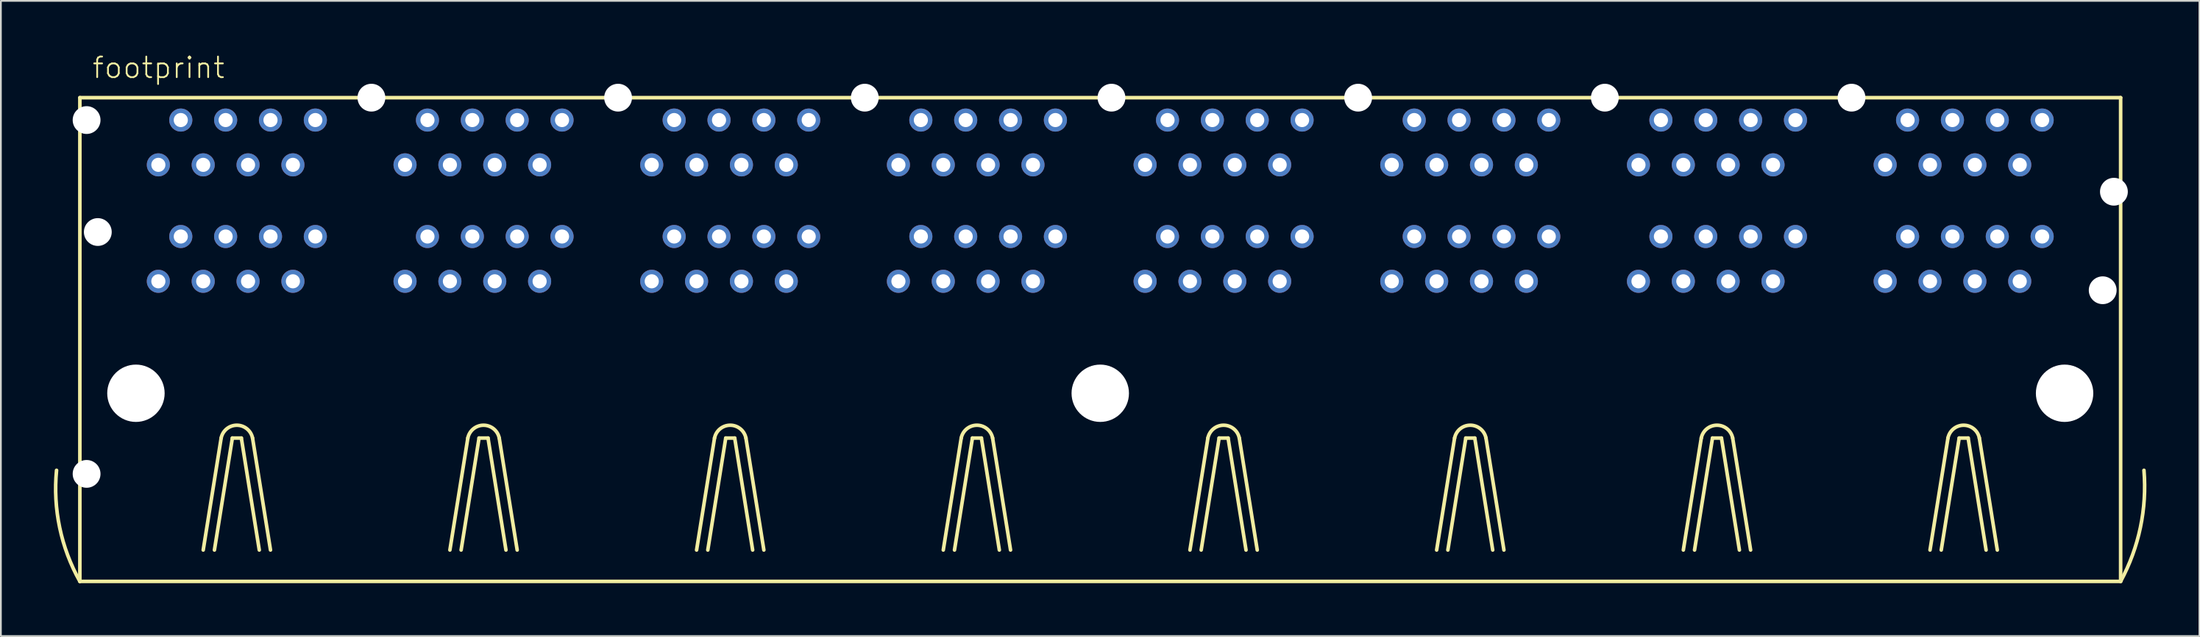
<source format=kicad_pcb>
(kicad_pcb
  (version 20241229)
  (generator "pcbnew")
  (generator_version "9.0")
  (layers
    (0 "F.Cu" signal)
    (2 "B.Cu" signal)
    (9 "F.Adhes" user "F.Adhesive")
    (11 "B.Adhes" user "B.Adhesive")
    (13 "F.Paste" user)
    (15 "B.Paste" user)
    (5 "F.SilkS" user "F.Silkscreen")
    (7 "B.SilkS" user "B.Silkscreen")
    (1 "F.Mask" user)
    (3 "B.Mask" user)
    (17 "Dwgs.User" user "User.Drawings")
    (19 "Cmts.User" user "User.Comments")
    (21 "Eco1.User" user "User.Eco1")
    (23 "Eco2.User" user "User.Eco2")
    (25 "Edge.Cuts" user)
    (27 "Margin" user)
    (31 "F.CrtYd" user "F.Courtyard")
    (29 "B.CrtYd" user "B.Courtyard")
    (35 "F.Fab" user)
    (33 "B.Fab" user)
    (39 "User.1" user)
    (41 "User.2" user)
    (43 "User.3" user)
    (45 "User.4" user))
  (footprint "footprint"
    (layer "F.Cu")
    (at 59.258 19.253)
    (property "Reference" "footprint" (at -57.15 -17.78 0) (layer "F.SilkS") (effects (font (size 1.168 1.168) (thickness 0.102)) (justify left bottom)))
    (fp_line (start -57.785 -16.764) (end -57.785 10.668) (stroke (width 0.203) (type solid)) (layer "F.SilkS"))
    (fp_line (start -57.785 10.668) (end 57.785 10.668) (stroke (width 0.203) (type solid)) (layer "F.SilkS"))
    (fp_line (start -50.8 8.89) (end -49.784 2.54) (stroke (width 0.203) (type solid)) (layer "F.SilkS"))
    (fp_line (start -50.165 8.89) (end -49.149 2.54) (stroke (width 0.203) (type solid)) (layer "F.SilkS"))
    (fp_line (start -49.149 2.54) (end -48.641 2.54) (stroke (width 0.203) (type solid)) (layer "F.SilkS"))
    (fp_line (start -48.641 2.54) (end -47.625 8.89) (stroke (width 0.203) (type solid)) (layer "F.SilkS"))
    (fp_line (start -48.006 2.54) (end -46.99 8.89) (stroke (width 0.203) (type solid)) (layer "F.SilkS"))
    (fp_line (start -36.83 8.89) (end -35.814 2.54) (stroke (width 0.203) (type solid)) (layer "F.SilkS"))
    (fp_line (start -36.195 8.89) (end -35.179 2.54) (stroke (width 0.203) (type solid)) (layer "F.SilkS"))
    (fp_line (start -35.179 2.54) (end -34.671 2.54) (stroke (width 0.203) (type solid)) (layer "F.SilkS"))
    (fp_line (start -34.671 2.54) (end -33.655 8.89) (stroke (width 0.203) (type solid)) (layer "F.SilkS"))
    (fp_line (start -34.036 2.54) (end -33.02 8.89) (stroke (width 0.203) (type solid)) (layer "F.SilkS"))
    (fp_line (start -22.86 8.89) (end -21.844 2.54) (stroke (width 0.203) (type solid)) (layer "F.SilkS"))
    (fp_line (start -22.225 8.89) (end -21.209 2.54) (stroke (width 0.203) (type solid)) (layer "F.SilkS"))
    (fp_line (start -21.209 2.54) (end -20.701 2.54) (stroke (width 0.203) (type solid)) (layer "F.SilkS"))
    (fp_line (start -20.701 2.54) (end -19.685 8.89) (stroke (width 0.203) (type solid)) (layer "F.SilkS"))
    (fp_line (start -20.066 2.54) (end -19.05 8.89) (stroke (width 0.203) (type solid)) (layer "F.SilkS"))
    (fp_line (start -8.89 8.89) (end -7.874 2.54) (stroke (width 0.203) (type solid)) (layer "F.SilkS"))
    (fp_line (start -8.255 8.89) (end -7.239 2.54) (stroke (width 0.203) (type solid)) (layer "F.SilkS"))
    (fp_line (start -7.239 2.54) (end -6.731 2.54) (stroke (width 0.203) (type solid)) (layer "F.SilkS"))
    (fp_line (start -6.731 2.54) (end -5.715 8.89) (stroke (width 0.203) (type solid)) (layer "F.SilkS"))
    (fp_line (start -6.096 2.54) (end -5.08 8.89) (stroke (width 0.203) (type solid)) (layer "F.SilkS"))
    (fp_line (start 5.08 8.89) (end 6.096 2.54) (stroke (width 0.203) (type solid)) (layer "F.SilkS"))
    (fp_line (start 5.715 8.89) (end 6.731 2.54) (stroke (width 0.203) (type solid)) (layer "F.SilkS"))
    (fp_line (start 6.731 2.54) (end 7.239 2.54) (stroke (width 0.203) (type solid)) (layer "F.SilkS"))
    (fp_line (start 7.239 2.54) (end 8.255 8.89) (stroke (width 0.203) (type solid)) (layer "F.SilkS"))
    (fp_line (start 7.874 2.54) (end 8.89 8.89) (stroke (width 0.203) (type solid)) (layer "F.SilkS"))
    (fp_line (start 19.05 8.89) (end 20.066 2.54) (stroke (width 0.203) (type solid)) (layer "F.SilkS"))
    (fp_line (start 19.685 8.89) (end 20.701 2.54) (stroke (width 0.203) (type solid)) (layer "F.SilkS"))
    (fp_line (start 20.701 2.54) (end 21.209 2.54) (stroke (width 0.203) (type solid)) (layer "F.SilkS"))
    (fp_line (start 21.209 2.54) (end 22.225 8.89) (stroke (width 0.203) (type solid)) (layer "F.SilkS"))
    (fp_line (start 21.844 2.54) (end 22.86 8.89) (stroke (width 0.203) (type solid)) (layer "F.SilkS"))
    (fp_line (start 33.02 8.89) (end 34.036 2.54) (stroke (width 0.203) (type solid)) (layer "F.SilkS"))
    (fp_line (start 33.655 8.89) (end 34.671 2.54) (stroke (width 0.203) (type solid)) (layer "F.SilkS"))
    (fp_line (start 34.671 2.54) (end 35.179 2.54) (stroke (width 0.203) (type solid)) (layer "F.SilkS"))
    (fp_line (start 35.179 2.54) (end 36.195 8.89) (stroke (width 0.203) (type solid)) (layer "F.SilkS"))
    (fp_line (start 35.814 2.54) (end 36.83 8.89) (stroke (width 0.203) (type solid)) (layer "F.SilkS"))
    (fp_line (start 46.99 8.89) (end 48.006 2.54) (stroke (width 0.203) (type solid)) (layer "F.SilkS"))
    (fp_line (start 47.625 8.89) (end 48.641 2.54) (stroke (width 0.203) (type solid)) (layer "F.SilkS"))
    (fp_line (start 48.641 2.54) (end 49.149 2.54) (stroke (width 0.203) (type solid)) (layer "F.SilkS"))
    (fp_line (start 49.149 2.54) (end 50.165 8.89) (stroke (width 0.203) (type solid)) (layer "F.SilkS"))
    (fp_line (start 49.784 2.54) (end 50.8 8.89) (stroke (width 0.203) (type solid)) (layer "F.SilkS"))
    (fp_line (start 57.785 -16.764) (end -57.785 -16.764) (stroke (width 0.203) (type solid)) (layer "F.SilkS"))
    (fp_line (start 57.785 10.668) (end 57.785 -16.764) (stroke (width 0.203) (type solid)) (layer "F.SilkS"))
    (fp_arc (start -57.784999 10.668) (mid -58.928084 7.619608) (end -59.1058 4.3688) (stroke (width 0.2032) (type solid)) (layer "F.SilkS"))
    (fp_arc (start -49.784 2.54) (mid -48.895 1.812319) (end -48.006 2.54) (stroke (width 0.2032) (type solid)) (layer "F.SilkS"))
    (fp_arc (start -35.814 2.54) (mid -34.925 1.812319) (end -34.036 2.54) (stroke (width 0.2032) (type solid)) (layer "F.SilkS"))
    (fp_arc (start -21.844 2.54) (mid -20.955 1.812319) (end -20.066 2.54) (stroke (width 0.2032) (type solid)) (layer "F.SilkS"))
    (fp_arc (start -7.874 2.54) (mid -6.985 1.812319) (end -6.096 2.54) (stroke (width 0.2032) (type solid)) (layer "F.SilkS"))
    (fp_arc (start 6.096 2.54) (mid 6.985 1.812319) (end 7.874 2.54) (stroke (width 0.2032) (type solid)) (layer "F.SilkS"))
    (fp_arc (start 20.066 2.54) (mid 20.955 1.812319) (end 21.844 2.54) (stroke (width 0.2032) (type solid)) (layer "F.SilkS"))
    (fp_arc (start 34.036 2.54) (mid 34.925 1.812319) (end 35.814 2.54) (stroke (width 0.2032) (type solid)) (layer "F.SilkS"))
    (fp_arc (start 48.006 2.54) (mid 48.895 1.812319) (end 49.784 2.54) (stroke (width 0.2032) (type solid)) (layer "F.SilkS"))
    (fp_arc (start 59.1058 4.3688) (mid 58.903237 7.614398) (end 57.785 10.668) (stroke (width 0.2032) (type solid)) (layer "F.SilkS"))
    (pad "" np_thru_hole circle (at -57.404 -15.494) (size 1.575 1.575) (drill 1.575) (layers "*.Cu" "*.Mask"))
    (pad "" np_thru_hole circle (at -57.404 4.572) (size 1.575 1.575) (drill 1.575) (layers "*.Cu" "*.Mask"))
    (pad "" np_thru_hole circle (at -56.769 -9.144) (size 1.575 1.575) (drill 1.575) (layers "*.Cu" "*.Mask"))
    (pad "" np_thru_hole circle (at -54.61 0) (size 3.251 3.251) (drill 3.251) (layers "*.Cu" "*.Mask"))
    (pad "" np_thru_hole circle (at -41.275 -16.764) (size 1.575 1.575) (drill 1.575) (layers "*.Cu" "*.Mask"))
    (pad "" np_thru_hole circle (at -27.305 -16.764) (size 1.575 1.575) (drill 1.575) (layers "*.Cu" "*.Mask"))
    (pad "" np_thru_hole circle (at -13.335 -16.764) (size 1.575 1.575) (drill 1.575) (layers "*.Cu" "*.Mask"))
    (pad "" np_thru_hole circle (at 0 0) (size 3.251 3.251) (drill 3.251) (layers "*.Cu" "*.Mask"))
    (pad "" np_thru_hole circle (at 0.635 -16.764) (size 1.575 1.575) (drill 1.575) (layers "*.Cu" "*.Mask"))
    (pad "" np_thru_hole circle (at 14.605 -16.764) (size 1.575 1.575) (drill 1.575) (layers "*.Cu" "*.Mask"))
    (pad "" np_thru_hole circle (at 28.575 -16.764) (size 1.575 1.575) (drill 1.575) (layers "*.Cu" "*.Mask"))
    (pad "" np_thru_hole circle (at 42.545 -16.764) (size 1.575 1.575) (drill 1.575) (layers "*.Cu" "*.Mask"))
    (pad "" np_thru_hole circle (at 54.61 0) (size 3.251 3.251) (drill 3.251) (layers "*.Cu" "*.Mask"))
    (pad "" np_thru_hole circle (at 56.769 -5.842) (size 1.575 1.575) (drill 1.575) (layers "*.Cu" "*.Mask"))
    (pad "" np_thru_hole circle (at 57.404 -11.43) (size 1.575 1.575) (drill 1.575) (layers "*.Cu" "*.Mask"))
    (pad "A1-1" thru_hole circle (at -53.34 -6.35) (size 1.308 1.308) (drill 0.8) (layers "*.Cu" "*.Mask"))
    (pad "A1-2" thru_hole circle (at -52.07 -8.89) (size 1.308 1.308) (drill 0.8) (layers "*.Cu" "*.Mask"))
    (pad "A1-3" thru_hole circle (at -50.8 -6.35) (size 1.308 1.308) (drill 0.8) (layers "*.Cu" "*.Mask"))
    (pad "A1-4" thru_hole circle (at -49.53 -8.89) (size 1.308 1.308) (drill 0.8) (layers "*.Cu" "*.Mask"))
    (pad "A1-5" thru_hole circle (at -48.26 -6.35) (size 1.308 1.308) (drill 0.8) (layers "*.Cu" "*.Mask"))
    (pad "A1-6" thru_hole circle (at -46.99 -8.89) (size 1.308 1.308) (drill 0.8) (layers "*.Cu" "*.Mask"))
    (pad "A1-7" thru_hole circle (at -45.72 -6.35) (size 1.308 1.308) (drill 0.8) (layers "*.Cu" "*.Mask"))
    (pad "A1-8" thru_hole circle (at -44.45 -8.89) (size 1.308 1.308) (drill 0.8) (layers "*.Cu" "*.Mask"))
    (pad "A2-1" thru_hole circle (at -44.45 -15.494) (size 1.308 1.308) (drill 0.8) (layers "*.Cu" "*.Mask"))
    (pad "A2-2" thru_hole circle (at -45.72 -12.954) (size 1.308 1.308) (drill 0.8) (layers "*.Cu" "*.Mask"))
    (pad "A2-3" thru_hole circle (at -46.99 -15.494) (size 1.308 1.308) (drill 0.8) (layers "*.Cu" "*.Mask"))
    (pad "A2-4" thru_hole circle (at -48.26 -12.954) (size 1.308 1.308) (drill 0.8) (layers "*.Cu" "*.Mask"))
    (pad "A2-5" thru_hole circle (at -49.53 -15.494) (size 1.308 1.308) (drill 0.8) (layers "*.Cu" "*.Mask"))
    (pad "A2-6" thru_hole circle (at -50.8 -12.954) (size 1.308 1.308) (drill 0.8) (layers "*.Cu" "*.Mask"))
    (pad "A2-7" thru_hole circle (at -52.07 -15.494) (size 1.308 1.308) (drill 0.8) (layers "*.Cu" "*.Mask"))
    (pad "A2-8" thru_hole circle (at -53.34 -12.954) (size 1.308 1.308) (drill 0.8) (layers "*.Cu" "*.Mask"))
    (pad "B1-1" thru_hole circle (at -39.37 -6.35) (size 1.308 1.308) (drill 0.8) (layers "*.Cu" "*.Mask"))
    (pad "B1-2" thru_hole circle (at -38.1 -8.89) (size 1.308 1.308) (drill 0.8) (layers "*.Cu" "*.Mask"))
    (pad "B1-3" thru_hole circle (at -36.83 -6.35) (size 1.308 1.308) (drill 0.8) (layers "*.Cu" "*.Mask"))
    (pad "B1-4" thru_hole circle (at -35.56 -8.89) (size 1.308 1.308) (drill 0.8) (layers "*.Cu" "*.Mask"))
    (pad "B1-5" thru_hole circle (at -34.29 -6.35) (size 1.308 1.308) (drill 0.8) (layers "*.Cu" "*.Mask"))
    (pad "B1-6" thru_hole circle (at -33.02 -8.89) (size 1.308 1.308) (drill 0.8) (layers "*.Cu" "*.Mask"))
    (pad "B1-7" thru_hole circle (at -31.75 -6.35) (size 1.308 1.308) (drill 0.8) (layers "*.Cu" "*.Mask"))
    (pad "B1-8" thru_hole circle (at -30.48 -8.89) (size 1.308 1.308) (drill 0.8) (layers "*.Cu" "*.Mask"))
    (pad "B2-1" thru_hole circle (at -30.48 -15.494) (size 1.308 1.308) (drill 0.8) (layers "*.Cu" "*.Mask"))
    (pad "B2-2" thru_hole circle (at -31.75 -12.954) (size 1.308 1.308) (drill 0.8) (layers "*.Cu" "*.Mask"))
    (pad "B2-3" thru_hole circle (at -33.02 -15.494) (size 1.308 1.308) (drill 0.8) (layers "*.Cu" "*.Mask"))
    (pad "B2-4" thru_hole circle (at -34.29 -12.954) (size 1.308 1.308) (drill 0.8) (layers "*.Cu" "*.Mask"))
    (pad "B2-5" thru_hole circle (at -35.56 -15.494) (size 1.308 1.308) (drill 0.8) (layers "*.Cu" "*.Mask"))
    (pad "B2-6" thru_hole circle (at -36.83 -12.954) (size 1.308 1.308) (drill 0.8) (layers "*.Cu" "*.Mask"))
    (pad "B2-7" thru_hole circle (at -38.1 -15.494) (size 1.308 1.308) (drill 0.8) (layers "*.Cu" "*.Mask"))
    (pad "B2-8" thru_hole circle (at -39.37 -12.954) (size 1.308 1.308) (drill 0.8) (layers "*.Cu" "*.Mask"))
    (pad "C1-1" thru_hole circle (at -25.4 -6.35) (size 1.308 1.308) (drill 0.8) (layers "*.Cu" "*.Mask"))
    (pad "C1-2" thru_hole circle (at -24.13 -8.89) (size 1.308 1.308) (drill 0.8) (layers "*.Cu" "*.Mask"))
    (pad "C1-3" thru_hole circle (at -22.86 -6.35) (size 1.308 1.308) (drill 0.8) (layers "*.Cu" "*.Mask"))
    (pad "C1-4" thru_hole circle (at -21.59 -8.89) (size 1.308 1.308) (drill 0.8) (layers "*.Cu" "*.Mask"))
    (pad "C1-5" thru_hole circle (at -20.32 -6.35) (size 1.308 1.308) (drill 0.8) (layers "*.Cu" "*.Mask"))
    (pad "C1-6" thru_hole circle (at -19.05 -8.89) (size 1.308 1.308) (drill 0.8) (layers "*.Cu" "*.Mask"))
    (pad "C1-7" thru_hole circle (at -17.78 -6.35) (size 1.308 1.308) (drill 0.8) (layers "*.Cu" "*.Mask"))
    (pad "C1-8" thru_hole circle (at -16.51 -8.89) (size 1.308 1.308) (drill 0.8) (layers "*.Cu" "*.Mask"))
    (pad "C2-1" thru_hole circle (at -16.51 -15.494) (size 1.308 1.308) (drill 0.8) (layers "*.Cu" "*.Mask"))
    (pad "C2-2" thru_hole circle (at -17.78 -12.954) (size 1.308 1.308) (drill 0.8) (layers "*.Cu" "*.Mask"))
    (pad "C2-3" thru_hole circle (at -19.05 -15.494) (size 1.308 1.308) (drill 0.8) (layers "*.Cu" "*.Mask"))
    (pad "C2-4" thru_hole circle (at -20.32 -12.954) (size 1.308 1.308) (drill 0.8) (layers "*.Cu" "*.Mask"))
    (pad "C2-5" thru_hole circle (at -21.59 -15.494) (size 1.308 1.308) (drill 0.8) (layers "*.Cu" "*.Mask"))
    (pad "C2-6" thru_hole circle (at -22.86 -12.954) (size 1.308 1.308) (drill 0.8) (layers "*.Cu" "*.Mask"))
    (pad "C2-7" thru_hole circle (at -24.13 -15.494) (size 1.308 1.308) (drill 0.8) (layers "*.Cu" "*.Mask"))
    (pad "C2-8" thru_hole circle (at -25.4 -12.954) (size 1.308 1.308) (drill 0.8) (layers "*.Cu" "*.Mask"))
    (pad "D1-1" thru_hole circle (at -11.43 -6.35) (size 1.308 1.308) (drill 0.8) (layers "*.Cu" "*.Mask"))
    (pad "D1-2" thru_hole circle (at -10.16 -8.89) (size 1.308 1.308) (drill 0.8) (layers "*.Cu" "*.Mask"))
    (pad "D1-3" thru_hole circle (at -8.89 -6.35) (size 1.308 1.308) (drill 0.8) (layers "*.Cu" "*.Mask"))
    (pad "D1-4" thru_hole circle (at -7.62 -8.89) (size 1.308 1.308) (drill 0.8) (layers "*.Cu" "*.Mask"))
    (pad "D1-5" thru_hole circle (at -6.35 -6.35) (size 1.308 1.308) (drill 0.8) (layers "*.Cu" "*.Mask"))
    (pad "D1-6" thru_hole circle (at -5.08 -8.89) (size 1.308 1.308) (drill 0.8) (layers "*.Cu" "*.Mask"))
    (pad "D1-7" thru_hole circle (at -3.81 -6.35) (size 1.308 1.308) (drill 0.8) (layers "*.Cu" "*.Mask"))
    (pad "D1-8" thru_hole circle (at -2.54 -8.89) (size 1.308 1.308) (drill 0.8) (layers "*.Cu" "*.Mask"))
    (pad "D2-1" thru_hole circle (at -2.54 -15.494) (size 1.308 1.308) (drill 0.8) (layers "*.Cu" "*.Mask"))
    (pad "D2-2" thru_hole circle (at -3.81 -12.954) (size 1.308 1.308) (drill 0.8) (layers "*.Cu" "*.Mask"))
    (pad "D2-3" thru_hole circle (at -5.08 -15.494) (size 1.308 1.308) (drill 0.8) (layers "*.Cu" "*.Mask"))
    (pad "D2-4" thru_hole circle (at -6.35 -12.954) (size 1.308 1.308) (drill 0.8) (layers "*.Cu" "*.Mask"))
    (pad "D2-5" thru_hole circle (at -7.62 -15.494) (size 1.308 1.308) (drill 0.8) (layers "*.Cu" "*.Mask"))
    (pad "D2-6" thru_hole circle (at -8.89 -12.954) (size 1.308 1.308) (drill 0.8) (layers "*.Cu" "*.Mask"))
    (pad "D2-7" thru_hole circle (at -10.16 -15.494) (size 1.308 1.308) (drill 0.8) (layers "*.Cu" "*.Mask"))
    (pad "D2-8" thru_hole circle (at -11.43 -12.954) (size 1.308 1.308) (drill 0.8) (layers "*.Cu" "*.Mask"))
    (pad "E1-1" thru_hole circle (at 2.54 -6.35) (size 1.308 1.308) (drill 0.8) (layers "*.Cu" "*.Mask"))
    (pad "E1-2" thru_hole circle (at 3.81 -8.89) (size 1.308 1.308) (drill 0.8) (layers "*.Cu" "*.Mask"))
    (pad "E1-3" thru_hole circle (at 5.08 -6.35) (size 1.308 1.308) (drill 0.8) (layers "*.Cu" "*.Mask"))
    (pad "E1-4" thru_hole circle (at 6.35 -8.89) (size 1.308 1.308) (drill 0.8) (layers "*.Cu" "*.Mask"))
    (pad "E1-5" thru_hole circle (at 7.62 -6.35) (size 1.308 1.308) (drill 0.8) (layers "*.Cu" "*.Mask"))
    (pad "E1-6" thru_hole circle (at 8.89 -8.89) (size 1.308 1.308) (drill 0.8) (layers "*.Cu" "*.Mask"))
    (pad "E1-7" thru_hole circle (at 10.16 -6.35) (size 1.308 1.308) (drill 0.8) (layers "*.Cu" "*.Mask"))
    (pad "E1-8" thru_hole circle (at 11.43 -8.89) (size 1.308 1.308) (drill 0.8) (layers "*.Cu" "*.Mask"))
    (pad "E2-1" thru_hole circle (at 11.43 -15.494) (size 1.308 1.308) (drill 0.8) (layers "*.Cu" "*.Mask"))
    (pad "E2-2" thru_hole circle (at 10.16 -12.954) (size 1.308 1.308) (drill 0.8) (layers "*.Cu" "*.Mask"))
    (pad "E2-3" thru_hole circle (at 8.89 -15.494) (size 1.308 1.308) (drill 0.8) (layers "*.Cu" "*.Mask"))
    (pad "E2-4" thru_hole circle (at 7.62 -12.954) (size 1.308 1.308) (drill 0.8) (layers "*.Cu" "*.Mask"))
    (pad "E2-5" thru_hole circle (at 6.35 -15.494) (size 1.308 1.308) (drill 0.8) (layers "*.Cu" "*.Mask"))
    (pad "E2-6" thru_hole circle (at 5.08 -12.954) (size 1.308 1.308) (drill 0.8) (layers "*.Cu" "*.Mask"))
    (pad "E2-7" thru_hole circle (at 3.81 -15.494) (size 1.308 1.308) (drill 0.8) (layers "*.Cu" "*.Mask"))
    (pad "E2-8" thru_hole circle (at 2.54 -12.954) (size 1.308 1.308) (drill 0.8) (layers "*.Cu" "*.Mask"))
    (pad "F1-1" thru_hole circle (at 16.51 -6.35) (size 1.308 1.308) (drill 0.8) (layers "*.Cu" "*.Mask"))
    (pad "F1-2" thru_hole circle (at 17.78 -8.89) (size 1.308 1.308) (drill 0.8) (layers "*.Cu" "*.Mask"))
    (pad "F1-3" thru_hole circle (at 19.05 -6.35) (size 1.308 1.308) (drill 0.8) (layers "*.Cu" "*.Mask"))
    (pad "F1-4" thru_hole circle (at 20.32 -8.89) (size 1.308 1.308) (drill 0.8) (layers "*.Cu" "*.Mask"))
    (pad "F1-5" thru_hole circle (at 21.59 -6.35) (size 1.308 1.308) (drill 0.8) (layers "*.Cu" "*.Mask"))
    (pad "F1-6" thru_hole circle (at 22.86 -8.89) (size 1.308 1.308) (drill 0.8) (layers "*.Cu" "*.Mask"))
    (pad "F1-7" thru_hole circle (at 24.13 -6.35) (size 1.308 1.308) (drill 0.8) (layers "*.Cu" "*.Mask"))
    (pad "F1-8" thru_hole circle (at 25.4 -8.89) (size 1.308 1.308) (drill 0.8) (layers "*.Cu" "*.Mask"))
    (pad "F2-1" thru_hole circle (at 24.13 -12.954) (size 1.308 1.308) (drill 0.8) (layers "*.Cu" "*.Mask"))
    (pad "F2-2" thru_hole circle (at 25.4 -15.494) (size 1.308 1.308) (drill 0.8) (layers "*.Cu" "*.Mask"))
    (pad "F2-3" thru_hole circle (at 22.86 -15.494) (size 1.308 1.308) (drill 0.8) (layers "*.Cu" "*.Mask"))
    (pad "F2-4" thru_hole circle (at 21.59 -12.954) (size 1.308 1.308) (drill 0.8) (layers "*.Cu" "*.Mask"))
    (pad "F2-5" thru_hole circle (at 20.32 -15.494) (size 1.308 1.308) (drill 0.8) (layers "*.Cu" "*.Mask"))
    (pad "F2-6" thru_hole circle (at 19.05 -12.954) (size 1.308 1.308) (drill 0.8) (layers "*.Cu" "*.Mask"))
    (pad "F2-7" thru_hole circle (at 17.78 -15.494) (size 1.308 1.308) (drill 0.8) (layers "*.Cu" "*.Mask"))
    (pad "F2-8" thru_hole circle (at 16.51 -12.954) (size 1.308 1.308) (drill 0.8) (layers "*.Cu" "*.Mask"))
    (pad "G1-1" thru_hole circle (at 30.48 -6.35) (size 1.308 1.308) (drill 0.8) (layers "*.Cu" "*.Mask"))
    (pad "G1-2" thru_hole circle (at 31.75 -8.89) (size 1.308 1.308) (drill 0.8) (layers "*.Cu" "*.Mask"))
    (pad "G1-3" thru_hole circle (at 33.02 -6.35) (size 1.308 1.308) (drill 0.8) (layers "*.Cu" "*.Mask"))
    (pad "G1-4" thru_hole circle (at 34.29 -8.89) (size 1.308 1.308) (drill 0.8) (layers "*.Cu" "*.Mask"))
    (pad "G1-5" thru_hole circle (at 35.56 -6.35) (size 1.308 1.308) (drill 0.8) (layers "*.Cu" "*.Mask"))
    (pad "G1-6" thru_hole circle (at 36.83 -8.89) (size 1.308 1.308) (drill 0.8) (layers "*.Cu" "*.Mask"))
    (pad "G1-7" thru_hole circle (at 38.1 -6.35) (size 1.308 1.308) (drill 0.8) (layers "*.Cu" "*.Mask"))
    (pad "G1-8" thru_hole circle (at 39.37 -8.89) (size 1.308 1.308) (drill 0.8) (layers "*.Cu" "*.Mask"))
    (pad "G2-1" thru_hole circle (at 39.37 -15.494) (size 1.308 1.308) (drill 0.8) (layers "*.Cu" "*.Mask"))
    (pad "G2-2" thru_hole circle (at 38.1 -12.954) (size 1.308 1.308) (drill 0.8) (layers "*.Cu" "*.Mask"))
    (pad "G2-3" thru_hole circle (at 36.83 -15.494) (size 1.308 1.308) (drill 0.8) (layers "*.Cu" "*.Mask"))
    (pad "G2-4" thru_hole circle (at 35.56 -12.954) (size 1.308 1.308) (drill 0.8) (layers "*.Cu" "*.Mask"))
    (pad "G2-5" thru_hole circle (at 34.29 -15.494) (size 1.308 1.308) (drill 0.8) (layers "*.Cu" "*.Mask"))
    (pad "G2-6" thru_hole circle (at 33.02 -12.954) (size 1.308 1.308) (drill 0.8) (layers "*.Cu" "*.Mask"))
    (pad "G2-7" thru_hole circle (at 31.75 -15.494) (size 1.308 1.308) (drill 0.8) (layers "*.Cu" "*.Mask"))
    (pad "G2-8" thru_hole circle (at 30.48 -12.954) (size 1.308 1.308) (drill 0.8) (layers "*.Cu" "*.Mask"))
    (pad "H1-1" thru_hole circle (at 44.45 -6.35) (size 1.308 1.308) (drill 0.8) (layers "*.Cu" "*.Mask"))
    (pad "H1-2" thru_hole circle (at 45.72 -8.89) (size 1.308 1.308) (drill 0.8) (layers "*.Cu" "*.Mask"))
    (pad "H1-3" thru_hole circle (at 46.99 -6.35) (size 1.308 1.308) (drill 0.8) (layers "*.Cu" "*.Mask"))
    (pad "H1-4" thru_hole circle (at 48.26 -8.89) (size 1.308 1.308) (drill 0.8) (layers "*.Cu" "*.Mask"))
    (pad "H1-5" thru_hole circle (at 49.53 -6.35) (size 1.308 1.308) (drill 0.8) (layers "*.Cu" "*.Mask"))
    (pad "H1-6" thru_hole circle (at 50.8 -8.89) (size 1.308 1.308) (drill 0.8) (layers "*.Cu" "*.Mask"))
    (pad "H1-7" thru_hole circle (at 52.07 -6.35) (size 1.308 1.308) (drill 0.8) (layers "*.Cu" "*.Mask"))
    (pad "H1-8" thru_hole circle (at 53.34 -8.89) (size 1.308 1.308) (drill 0.8) (layers "*.Cu" "*.Mask"))
    (pad "H2-1" thru_hole circle (at 53.34 -15.494) (size 1.308 1.308) (drill 0.8) (layers "*.Cu" "*.Mask"))
    (pad "H2-2" thru_hole circle (at 52.07 -12.954) (size 1.308 1.308) (drill 0.8) (layers "*.Cu" "*.Mask"))
    (pad "H2-3" thru_hole circle (at 50.8 -15.494) (size 1.308 1.308) (drill 0.8) (layers "*.Cu" "*.Mask"))
    (pad "H2-4" thru_hole circle (at 49.53 -12.954) (size 1.308 1.308) (drill 0.8) (layers "*.Cu" "*.Mask"))
    (pad "H2-5" thru_hole circle (at 48.26 -15.494) (size 1.308 1.308) (drill 0.8) (layers "*.Cu" "*.Mask"))
    (pad "H2-6" thru_hole circle (at 46.99 -12.954) (size 1.308 1.308) (drill 0.8) (layers "*.Cu" "*.Mask"))
    (pad "H2-7" thru_hole circle (at 45.72 -15.494) (size 1.308 1.308) (drill 0.8) (layers "*.Cu" "*.Mask"))
    (pad "H2-8" thru_hole circle (at 44.45 -12.954) (size 1.308 1.308) (drill 0.8) (layers "*.Cu" "*.Mask")))
  (gr_rect
    (start -3 -3)
    (end 121.504 33.023)
    (stroke (width 0.1) (type default))
    (fill no)
    (layer "Edge.Cuts")))
</source>
